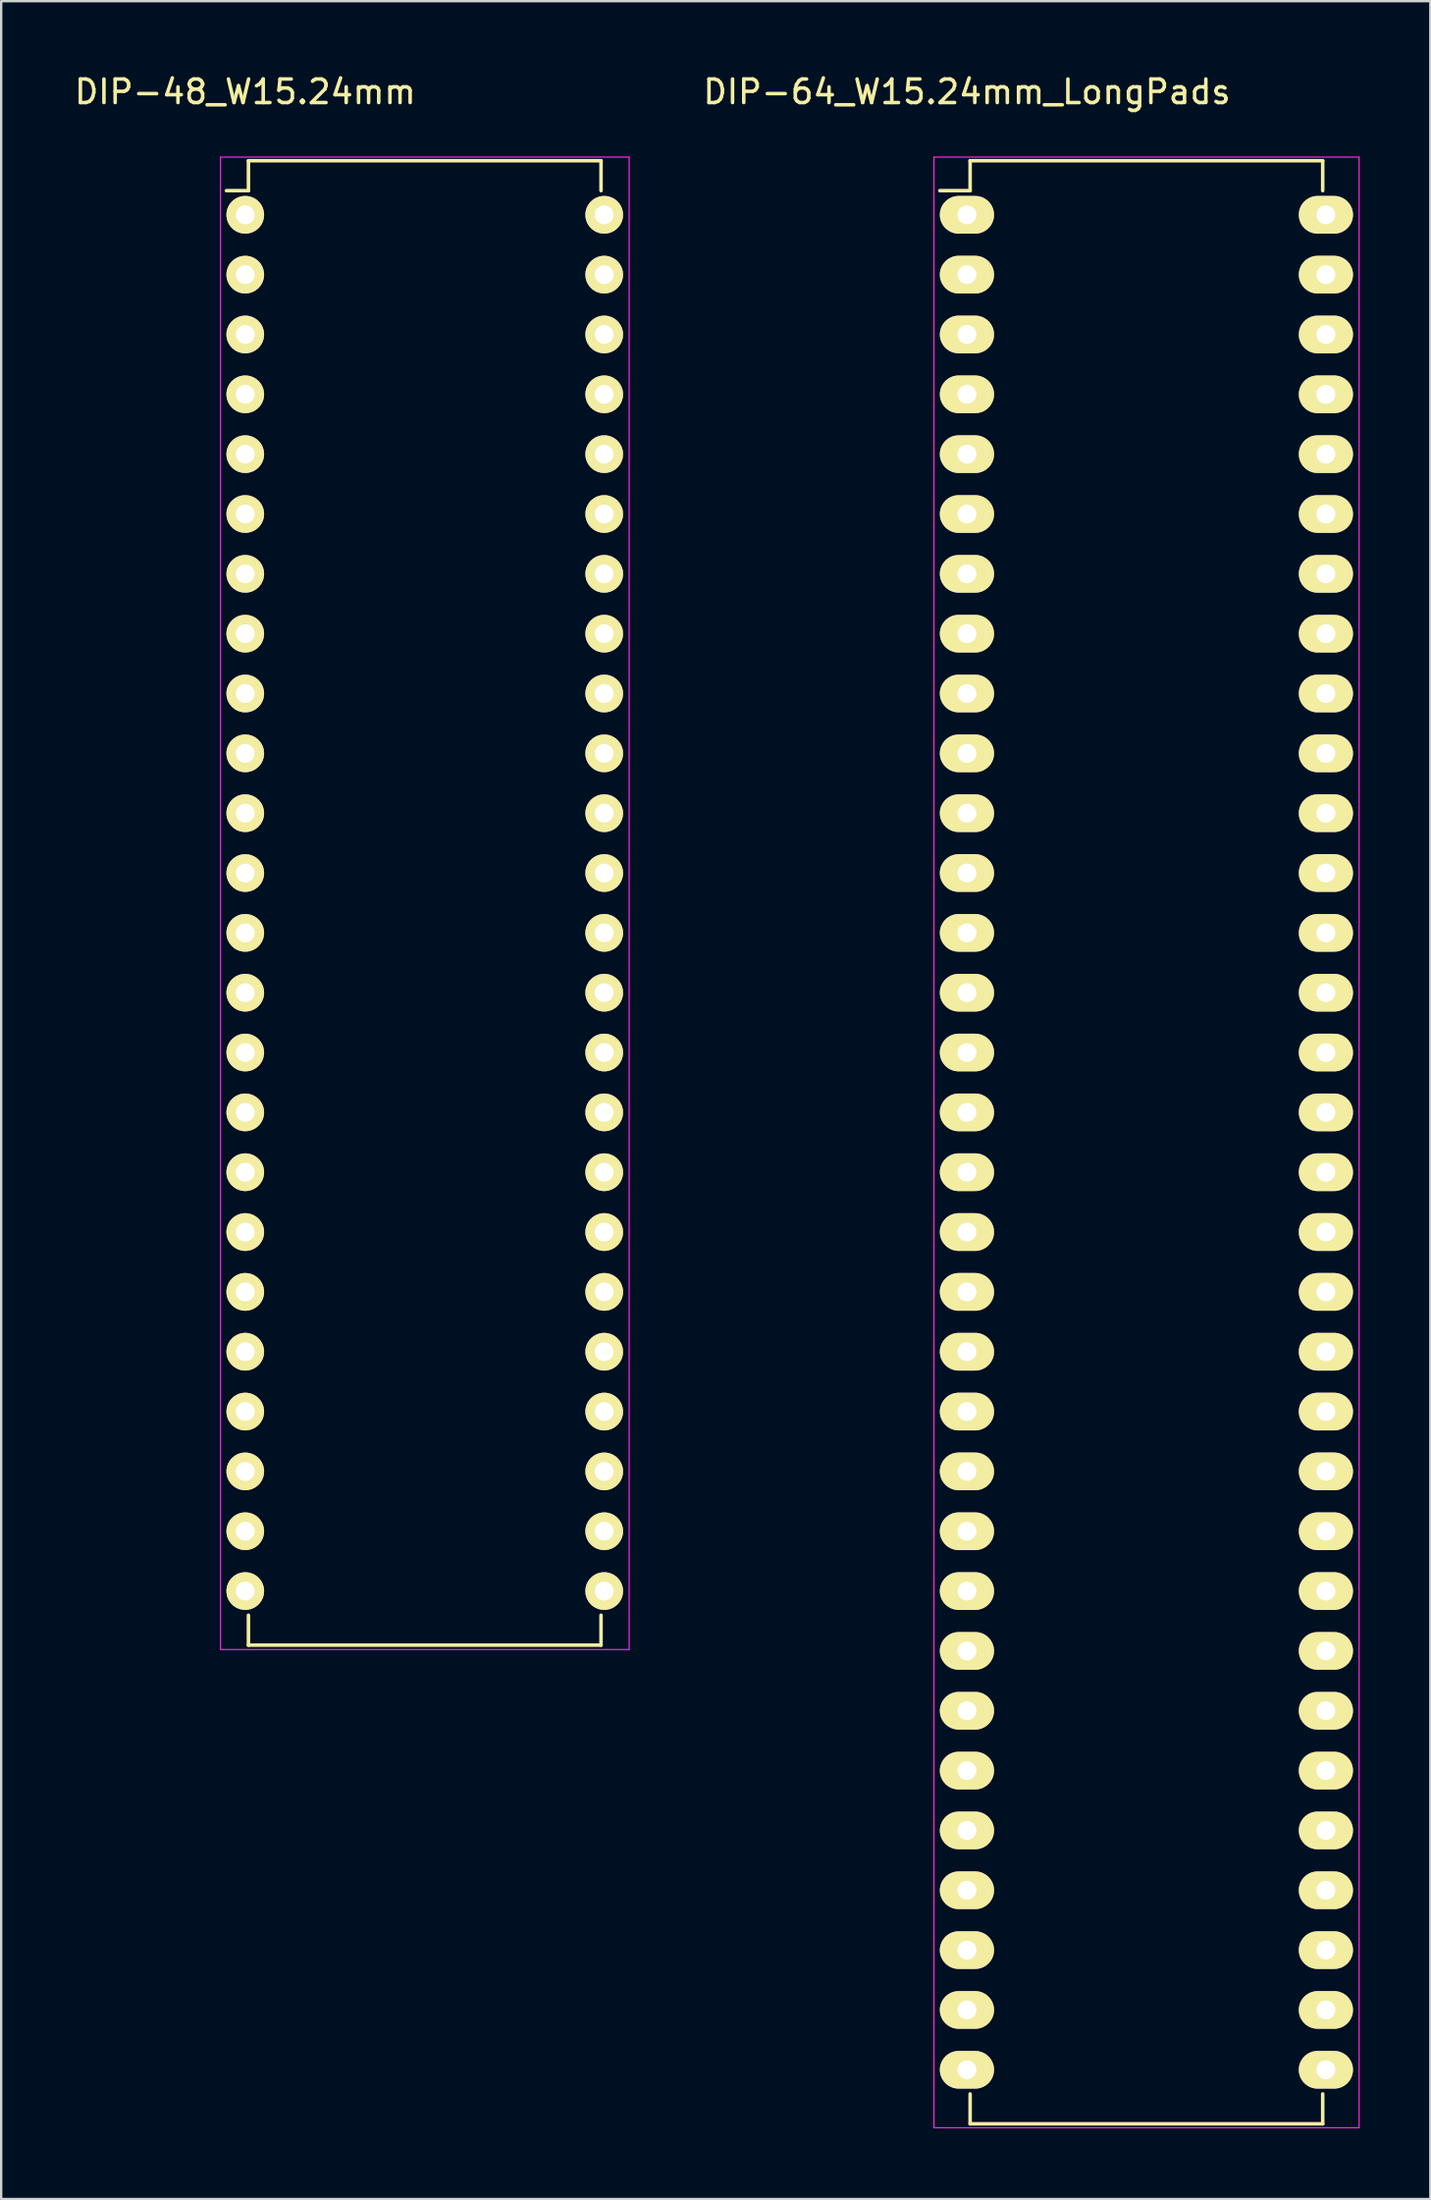
<source format=kicad_pcb>
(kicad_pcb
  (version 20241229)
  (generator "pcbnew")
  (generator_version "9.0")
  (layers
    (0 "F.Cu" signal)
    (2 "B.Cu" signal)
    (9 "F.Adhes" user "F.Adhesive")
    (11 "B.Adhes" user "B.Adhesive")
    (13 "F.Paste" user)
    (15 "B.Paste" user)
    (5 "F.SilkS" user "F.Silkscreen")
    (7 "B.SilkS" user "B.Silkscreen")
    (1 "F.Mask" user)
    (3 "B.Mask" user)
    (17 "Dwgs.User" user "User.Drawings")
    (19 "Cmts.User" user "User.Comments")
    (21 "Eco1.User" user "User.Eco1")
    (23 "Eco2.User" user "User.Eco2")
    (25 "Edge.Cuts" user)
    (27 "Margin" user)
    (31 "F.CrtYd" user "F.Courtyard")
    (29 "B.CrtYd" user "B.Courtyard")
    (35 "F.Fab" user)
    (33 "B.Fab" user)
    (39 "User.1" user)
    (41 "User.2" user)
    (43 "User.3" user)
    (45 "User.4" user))
  (footprint "DIP-48_W15.24mm"
    (layer "F.Cu")
    (at 7.363 6.068)
    (property "Reference" "DIP-48_W15.24mm" (at 0 -5.22 0) (layer "F.SilkS") (effects (font (size 1 1) (thickness 0.15))))
    (attr through_hole)
    (fp_line (start 0.135 -2.295) (end 0.135 -1.025) (stroke (width 0.15) (type solid)) (layer "F.SilkS"))
    (fp_line (start 0.135 -2.295) (end 15.105 -2.295) (stroke (width 0.15) (type solid)) (layer "F.SilkS"))
    (fp_line (start 0.135 -1.025) (end -0.8 -1.025) (stroke (width 0.15) (type solid)) (layer "F.SilkS"))
    (fp_line (start 0.135 60.715) (end 0.135 59.445) (stroke (width 0.15) (type solid)) (layer "F.SilkS"))
    (fp_line (start 0.135 60.715) (end 15.105 60.715) (stroke (width 0.15) (type solid)) (layer "F.SilkS"))
    (fp_line (start 15.105 -2.295) (end 15.105 -1.025) (stroke (width 0.15) (type solid)) (layer "F.SilkS"))
    (fp_line (start 15.105 60.715) (end 15.105 59.445) (stroke (width 0.15) (type solid)) (layer "F.SilkS"))
    (fp_line (start -1.05 -2.45) (end -1.05 60.9) (stroke (width 0.05) (type solid)) (layer "F.CrtYd"))
    (fp_line (start -1.05 -2.45) (end 16.3 -2.45) (stroke (width 0.05) (type solid)) (layer "F.CrtYd"))
    (fp_line (start -1.05 60.9) (end 16.3 60.9) (stroke (width 0.05) (type solid)) (layer "F.CrtYd"))
    (fp_line (start 16.3 -2.45) (end 16.3 60.9) (stroke (width 0.05) (type solid)) (layer "F.CrtYd"))
    (pad "1" thru_hole oval (at 0 0) (size 1.6 1.6) (drill 0.8) (layers "*.Cu" "*.Mask" "F.SilkS"))
    (pad "2" thru_hole oval (at 0 2.54) (size 1.6 1.6) (drill 0.8) (layers "*.Cu" "*.Mask" "F.SilkS"))
    (pad "3" thru_hole oval (at 0 5.08) (size 1.6 1.6) (drill 0.8) (layers "*.Cu" "*.Mask" "F.SilkS"))
    (pad "4" thru_hole oval (at 0 7.62) (size 1.6 1.6) (drill 0.8) (layers "*.Cu" "*.Mask" "F.SilkS"))
    (pad "5" thru_hole oval (at 0 10.16) (size 1.6 1.6) (drill 0.8) (layers "*.Cu" "*.Mask" "F.SilkS"))
    (pad "6" thru_hole oval (at 0 12.7) (size 1.6 1.6) (drill 0.8) (layers "*.Cu" "*.Mask" "F.SilkS"))
    (pad "7" thru_hole oval (at 0 15.24) (size 1.6 1.6) (drill 0.8) (layers "*.Cu" "*.Mask" "F.SilkS"))
    (pad "8" thru_hole oval (at 0 17.78) (size 1.6 1.6) (drill 0.8) (layers "*.Cu" "*.Mask" "F.SilkS"))
    (pad "9" thru_hole oval (at 0 20.32) (size 1.6 1.6) (drill 0.8) (layers "*.Cu" "*.Mask" "F.SilkS"))
    (pad "10" thru_hole oval (at 0 22.86) (size 1.6 1.6) (drill 0.8) (layers "*.Cu" "*.Mask" "F.SilkS"))
    (pad "11" thru_hole oval (at 0 25.4) (size 1.6 1.6) (drill 0.8) (layers "*.Cu" "*.Mask" "F.SilkS"))
    (pad "12" thru_hole oval (at 0 27.94) (size 1.6 1.6) (drill 0.8) (layers "*.Cu" "*.Mask" "F.SilkS"))
    (pad "13" thru_hole oval (at 0 30.48) (size 1.6 1.6) (drill 0.8) (layers "*.Cu" "*.Mask" "F.SilkS"))
    (pad "14" thru_hole oval (at 0 33.02) (size 1.6 1.6) (drill 0.8) (layers "*.Cu" "*.Mask" "F.SilkS"))
    (pad "15" thru_hole oval (at 0 35.56) (size 1.6 1.6) (drill 0.8) (layers "*.Cu" "*.Mask" "F.SilkS"))
    (pad "16" thru_hole oval (at 0 38.1) (size 1.6 1.6) (drill 0.8) (layers "*.Cu" "*.Mask" "F.SilkS"))
    (pad "17" thru_hole oval (at 0 40.64) (size 1.6 1.6) (drill 0.8) (layers "*.Cu" "*.Mask" "F.SilkS"))
    (pad "18" thru_hole oval (at 0 43.18) (size 1.6 1.6) (drill 0.8) (layers "*.Cu" "*.Mask" "F.SilkS"))
    (pad "19" thru_hole oval (at 0 45.72) (size 1.6 1.6) (drill 0.8) (layers "*.Cu" "*.Mask" "F.SilkS"))
    (pad "20" thru_hole oval (at 0 48.26) (size 1.6 1.6) (drill 0.8) (layers "*.Cu" "*.Mask" "F.SilkS"))
    (pad "21" thru_hole oval (at 0 50.8) (size 1.6 1.6) (drill 0.8) (layers "*.Cu" "*.Mask" "F.SilkS"))
    (pad "22" thru_hole oval (at 0 53.34) (size 1.6 1.6) (drill 0.8) (layers "*.Cu" "*.Mask" "F.SilkS"))
    (pad "23" thru_hole oval (at 0 55.88) (size 1.6 1.6) (drill 0.8) (layers "*.Cu" "*.Mask" "F.SilkS"))
    (pad "24" thru_hole oval (at 0 58.42) (size 1.6 1.6) (drill 0.8) (layers "*.Cu" "*.Mask" "F.SilkS"))
    (pad "25" thru_hole oval (at 15.24 58.42) (size 1.6 1.6) (drill 0.8) (layers "*.Cu" "*.Mask" "F.SilkS"))
    (pad "26" thru_hole oval (at 15.24 55.88) (size 1.6 1.6) (drill 0.8) (layers "*.Cu" "*.Mask" "F.SilkS"))
    (pad "27" thru_hole oval (at 15.24 53.34) (size 1.6 1.6) (drill 0.8) (layers "*.Cu" "*.Mask" "F.SilkS"))
    (pad "28" thru_hole oval (at 15.24 50.8) (size 1.6 1.6) (drill 0.8) (layers "*.Cu" "*.Mask" "F.SilkS"))
    (pad "29" thru_hole oval (at 15.24 48.26) (size 1.6 1.6) (drill 0.8) (layers "*.Cu" "*.Mask" "F.SilkS"))
    (pad "30" thru_hole oval (at 15.24 45.72) (size 1.6 1.6) (drill 0.8) (layers "*.Cu" "*.Mask" "F.SilkS"))
    (pad "31" thru_hole oval (at 15.24 43.18) (size 1.6 1.6) (drill 0.8) (layers "*.Cu" "*.Mask" "F.SilkS"))
    (pad "32" thru_hole oval (at 15.24 40.64) (size 1.6 1.6) (drill 0.8) (layers "*.Cu" "*.Mask" "F.SilkS"))
    (pad "33" thru_hole oval (at 15.24 38.1) (size 1.6 1.6) (drill 0.8) (layers "*.Cu" "*.Mask" "F.SilkS"))
    (pad "34" thru_hole oval (at 15.24 35.56) (size 1.6 1.6) (drill 0.8) (layers "*.Cu" "*.Mask" "F.SilkS"))
    (pad "35" thru_hole oval (at 15.24 33.02) (size 1.6 1.6) (drill 0.8) (layers "*.Cu" "*.Mask" "F.SilkS"))
    (pad "36" thru_hole oval (at 15.24 30.48) (size 1.6 1.6) (drill 0.8) (layers "*.Cu" "*.Mask" "F.SilkS"))
    (pad "37" thru_hole oval (at 15.24 27.94) (size 1.6 1.6) (drill 0.8) (layers "*.Cu" "*.Mask" "F.SilkS"))
    (pad "38" thru_hole oval (at 15.24 25.4) (size 1.6 1.6) (drill 0.8) (layers "*.Cu" "*.Mask" "F.SilkS"))
    (pad "39" thru_hole oval (at 15.24 22.86) (size 1.6 1.6) (drill 0.8) (layers "*.Cu" "*.Mask" "F.SilkS"))
    (pad "40" thru_hole oval (at 15.24 20.32) (size 1.6 1.6) (drill 0.8) (layers "*.Cu" "*.Mask" "F.SilkS"))
    (pad "41" thru_hole oval (at 15.24 17.78) (size 1.6 1.6) (drill 0.8) (layers "*.Cu" "*.Mask" "F.SilkS"))
    (pad "42" thru_hole oval (at 15.24 15.24) (size 1.6 1.6) (drill 0.8) (layers "*.Cu" "*.Mask" "F.SilkS"))
    (pad "43" thru_hole oval (at 15.24 12.7) (size 1.6 1.6) (drill 0.8) (layers "*.Cu" "*.Mask" "F.SilkS"))
    (pad "44" thru_hole oval (at 15.24 10.16) (size 1.6 1.6) (drill 0.8) (layers "*.Cu" "*.Mask" "F.SilkS"))
    (pad "45" thru_hole oval (at 15.24 7.62) (size 1.6 1.6) (drill 0.8) (layers "*.Cu" "*.Mask" "F.SilkS"))
    (pad "46" thru_hole oval (at 15.24 5.08) (size 1.6 1.6) (drill 0.8) (layers "*.Cu" "*.Mask" "F.SilkS"))
    (pad "47" thru_hole oval (at 15.24 2.54) (size 1.6 1.6) (drill 0.8) (layers "*.Cu" "*.Mask" "F.SilkS"))
    (pad "48" thru_hole oval (at 15.24 0) (size 1.6 1.6) (drill 0.8) (layers "*.Cu" "*.Mask" "F.SilkS")))
  (footprint "DIP-64_W15.24mm_LongPads"
    (layer "F.Cu")
    (at 38.004 6.068)
    (property "Reference" "DIP-64_W15.24mm_LongPads" (at 0 -5.22 0) (layer "F.SilkS") (effects (font (size 1 1) (thickness 0.15))))
    (attr through_hole)
    (fp_line (start 0.135 -2.295) (end 0.135 -1.025) (stroke (width 0.15) (type solid)) (layer "F.SilkS"))
    (fp_line (start 0.135 -2.295) (end 15.105 -2.295) (stroke (width 0.15) (type solid)) (layer "F.SilkS"))
    (fp_line (start 0.135 -1.025) (end -1.15 -1.025) (stroke (width 0.15) (type solid)) (layer "F.SilkS"))
    (fp_line (start 0.135 81.035) (end 0.135 79.765) (stroke (width 0.15) (type solid)) (layer "F.SilkS"))
    (fp_line (start 0.135 81.035) (end 15.105 81.035) (stroke (width 0.15) (type solid)) (layer "F.SilkS"))
    (fp_line (start 15.105 -2.295) (end 15.105 -1.025) (stroke (width 0.15) (type solid)) (layer "F.SilkS"))
    (fp_line (start 15.105 81.035) (end 15.105 79.765) (stroke (width 0.15) (type solid)) (layer "F.SilkS"))
    (fp_line (start -1.4 -2.45) (end -1.4 81.2) (stroke (width 0.05) (type solid)) (layer "F.CrtYd"))
    (fp_line (start -1.4 -2.45) (end 16.65 -2.45) (stroke (width 0.05) (type solid)) (layer "F.CrtYd"))
    (fp_line (start -1.4 81.2) (end 16.65 81.2) (stroke (width 0.05) (type solid)) (layer "F.CrtYd"))
    (fp_line (start 16.65 -2.45) (end 16.65 81.2) (stroke (width 0.05) (type solid)) (layer "F.CrtYd"))
    (pad "1" thru_hole oval (at 0 0) (size 2.3 1.6) (drill 0.8) (layers "*.Cu" "*.Mask" "F.SilkS"))
    (pad "2" thru_hole oval (at 0 2.54) (size 2.3 1.6) (drill 0.8) (layers "*.Cu" "*.Mask" "F.SilkS"))
    (pad "3" thru_hole oval (at 0 5.08) (size 2.3 1.6) (drill 0.8) (layers "*.Cu" "*.Mask" "F.SilkS"))
    (pad "4" thru_hole oval (at 0 7.62) (size 2.3 1.6) (drill 0.8) (layers "*.Cu" "*.Mask" "F.SilkS"))
    (pad "5" thru_hole oval (at 0 10.16) (size 2.3 1.6) (drill 0.8) (layers "*.Cu" "*.Mask" "F.SilkS"))
    (pad "6" thru_hole oval (at 0 12.7) (size 2.3 1.6) (drill 0.8) (layers "*.Cu" "*.Mask" "F.SilkS"))
    (pad "7" thru_hole oval (at 0 15.24) (size 2.3 1.6) (drill 0.8) (layers "*.Cu" "*.Mask" "F.SilkS"))
    (pad "8" thru_hole oval (at 0 17.78) (size 2.3 1.6) (drill 0.8) (layers "*.Cu" "*.Mask" "F.SilkS"))
    (pad "9" thru_hole oval (at 0 20.32) (size 2.3 1.6) (drill 0.8) (layers "*.Cu" "*.Mask" "F.SilkS"))
    (pad "10" thru_hole oval (at 0 22.86) (size 2.3 1.6) (drill 0.8) (layers "*.Cu" "*.Mask" "F.SilkS"))
    (pad "11" thru_hole oval (at 0 25.4) (size 2.3 1.6) (drill 0.8) (layers "*.Cu" "*.Mask" "F.SilkS"))
    (pad "12" thru_hole oval (at 0 27.94) (size 2.3 1.6) (drill 0.8) (layers "*.Cu" "*.Mask" "F.SilkS"))
    (pad "13" thru_hole oval (at 0 30.48) (size 2.3 1.6) (drill 0.8) (layers "*.Cu" "*.Mask" "F.SilkS"))
    (pad "14" thru_hole oval (at 0 33.02) (size 2.3 1.6) (drill 0.8) (layers "*.Cu" "*.Mask" "F.SilkS"))
    (pad "15" thru_hole oval (at 0 35.56) (size 2.3 1.6) (drill 0.8) (layers "*.Cu" "*.Mask" "F.SilkS"))
    (pad "16" thru_hole oval (at 0 38.1) (size 2.3 1.6) (drill 0.8) (layers "*.Cu" "*.Mask" "F.SilkS"))
    (pad "17" thru_hole oval (at 0 40.64) (size 2.3 1.6) (drill 0.8) (layers "*.Cu" "*.Mask" "F.SilkS"))
    (pad "18" thru_hole oval (at 0 43.18) (size 2.3 1.6) (drill 0.8) (layers "*.Cu" "*.Mask" "F.SilkS"))
    (pad "19" thru_hole oval (at 0 45.72) (size 2.3 1.6) (drill 0.8) (layers "*.Cu" "*.Mask" "F.SilkS"))
    (pad "20" thru_hole oval (at 0 48.26) (size 2.3 1.6) (drill 0.8) (layers "*.Cu" "*.Mask" "F.SilkS"))
    (pad "21" thru_hole oval (at 0 50.8) (size 2.3 1.6) (drill 0.8) (layers "*.Cu" "*.Mask" "F.SilkS"))
    (pad "22" thru_hole oval (at 0 53.34) (size 2.3 1.6) (drill 0.8) (layers "*.Cu" "*.Mask" "F.SilkS"))
    (pad "23" thru_hole oval (at 0 55.88) (size 2.3 1.6) (drill 0.8) (layers "*.Cu" "*.Mask" "F.SilkS"))
    (pad "24" thru_hole oval (at 0 58.42) (size 2.3 1.6) (drill 0.8) (layers "*.Cu" "*.Mask" "F.SilkS"))
    (pad "25" thru_hole oval (at 0 60.96) (size 2.3 1.6) (drill 0.8) (layers "*.Cu" "*.Mask" "F.SilkS"))
    (pad "26" thru_hole oval (at 0 63.5) (size 2.3 1.6) (drill 0.8) (layers "*.Cu" "*.Mask" "F.SilkS"))
    (pad "27" thru_hole oval (at 0 66.04) (size 2.3 1.6) (drill 0.8) (layers "*.Cu" "*.Mask" "F.SilkS"))
    (pad "28" thru_hole oval (at 0 68.58) (size 2.3 1.6) (drill 0.8) (layers "*.Cu" "*.Mask" "F.SilkS"))
    (pad "29" thru_hole oval (at 0 71.12) (size 2.3 1.6) (drill 0.8) (layers "*.Cu" "*.Mask" "F.SilkS"))
    (pad "30" thru_hole oval (at 0 73.66) (size 2.3 1.6) (drill 0.8) (layers "*.Cu" "*.Mask" "F.SilkS"))
    (pad "31" thru_hole oval (at 0 76.2) (size 2.3 1.6) (drill 0.8) (layers "*.Cu" "*.Mask" "F.SilkS"))
    (pad "32" thru_hole oval (at 0 78.74) (size 2.3 1.6) (drill 0.8) (layers "*.Cu" "*.Mask" "F.SilkS"))
    (pad "33" thru_hole oval (at 15.24 78.74) (size 2.3 1.6) (drill 0.8) (layers "*.Cu" "*.Mask" "F.SilkS"))
    (pad "34" thru_hole oval (at 15.24 76.2) (size 2.3 1.6) (drill 0.8) (layers "*.Cu" "*.Mask" "F.SilkS"))
    (pad "35" thru_hole oval (at 15.24 73.66) (size 2.3 1.6) (drill 0.8) (layers "*.Cu" "*.Mask" "F.SilkS"))
    (pad "36" thru_hole oval (at 15.24 71.12) (size 2.3 1.6) (drill 0.8) (layers "*.Cu" "*.Mask" "F.SilkS"))
    (pad "37" thru_hole oval (at 15.24 68.58) (size 2.3 1.6) (drill 0.8) (layers "*.Cu" "*.Mask" "F.SilkS"))
    (pad "38" thru_hole oval (at 15.24 66.04) (size 2.3 1.6) (drill 0.8) (layers "*.Cu" "*.Mask" "F.SilkS"))
    (pad "39" thru_hole oval (at 15.24 63.5) (size 2.3 1.6) (drill 0.8) (layers "*.Cu" "*.Mask" "F.SilkS"))
    (pad "40" thru_hole oval (at 15.24 60.96) (size 2.3 1.6) (drill 0.8) (layers "*.Cu" "*.Mask" "F.SilkS"))
    (pad "41" thru_hole oval (at 15.24 58.42) (size 2.3 1.6) (drill 0.8) (layers "*.Cu" "*.Mask" "F.SilkS"))
    (pad "42" thru_hole oval (at 15.24 55.88) (size 2.3 1.6) (drill 0.8) (layers "*.Cu" "*.Mask" "F.SilkS"))
    (pad "43" thru_hole oval (at 15.24 53.34) (size 2.3 1.6) (drill 0.8) (layers "*.Cu" "*.Mask" "F.SilkS"))
    (pad "44" thru_hole oval (at 15.24 50.8) (size 2.3 1.6) (drill 0.8) (layers "*.Cu" "*.Mask" "F.SilkS"))
    (pad "45" thru_hole oval (at 15.24 48.26) (size 2.3 1.6) (drill 0.8) (layers "*.Cu" "*.Mask" "F.SilkS"))
    (pad "46" thru_hole oval (at 15.24 45.72) (size 2.3 1.6) (drill 0.8) (layers "*.Cu" "*.Mask" "F.SilkS"))
    (pad "47" thru_hole oval (at 15.24 43.18) (size 2.3 1.6) (drill 0.8) (layers "*.Cu" "*.Mask" "F.SilkS"))
    (pad "48" thru_hole oval (at 15.24 40.64) (size 2.3 1.6) (drill 0.8) (layers "*.Cu" "*.Mask" "F.SilkS"))
    (pad "49" thru_hole oval (at 15.24 38.1) (size 2.3 1.6) (drill 0.8) (layers "*.Cu" "*.Mask" "F.SilkS"))
    (pad "50" thru_hole oval (at 15.24 35.56) (size 2.3 1.6) (drill 0.8) (layers "*.Cu" "*.Mask" "F.SilkS"))
    (pad "51" thru_hole oval (at 15.24 33.02) (size 2.3 1.6) (drill 0.8) (layers "*.Cu" "*.Mask" "F.SilkS"))
    (pad "52" thru_hole oval (at 15.24 30.48) (size 2.3 1.6) (drill 0.8) (layers "*.Cu" "*.Mask" "F.SilkS"))
    (pad "53" thru_hole oval (at 15.24 27.94) (size 2.3 1.6) (drill 0.8) (layers "*.Cu" "*.Mask" "F.SilkS"))
    (pad "54" thru_hole oval (at 15.24 25.4) (size 2.3 1.6) (drill 0.8) (layers "*.Cu" "*.Mask" "F.SilkS"))
    (pad "55" thru_hole oval (at 15.24 22.86) (size 2.3 1.6) (drill 0.8) (layers "*.Cu" "*.Mask" "F.SilkS"))
    (pad "56" thru_hole oval (at 15.24 20.32) (size 2.3 1.6) (drill 0.8) (layers "*.Cu" "*.Mask" "F.SilkS"))
    (pad "57" thru_hole oval (at 15.24 17.78) (size 2.3 1.6) (drill 0.8) (layers "*.Cu" "*.Mask" "F.SilkS"))
    (pad "58" thru_hole oval (at 15.24 15.24) (size 2.3 1.6) (drill 0.8) (layers "*.Cu" "*.Mask" "F.SilkS"))
    (pad "59" thru_hole oval (at 15.24 12.7) (size 2.3 1.6) (drill 0.8) (layers "*.Cu" "*.Mask" "F.SilkS"))
    (pad "60" thru_hole oval (at 15.24 10.16) (size 2.3 1.6) (drill 0.8) (layers "*.Cu" "*.Mask" "F.SilkS"))
    (pad "61" thru_hole oval (at 15.24 7.62) (size 2.3 1.6) (drill 0.8) (layers "*.Cu" "*.Mask" "F.SilkS"))
    (pad "62" thru_hole oval (at 15.24 5.08) (size 2.3 1.6) (drill 0.8) (layers "*.Cu" "*.Mask" "F.SilkS"))
    (pad "63" thru_hole oval (at 15.24 2.54) (size 2.3 1.6) (drill 0.8) (layers "*.Cu" "*.Mask" "F.SilkS"))
    (pad "64" thru_hole oval (at 15.24 0) (size 2.3 1.6) (drill 0.8) (layers "*.Cu" "*.Mask" "F.SilkS")))
  (gr_rect
    (start -3 -3)
    (end 57.679 90.293)
    (stroke (width 0.1) (type default))
    (fill no)
    (layer "Edge.Cuts")))
</source>
